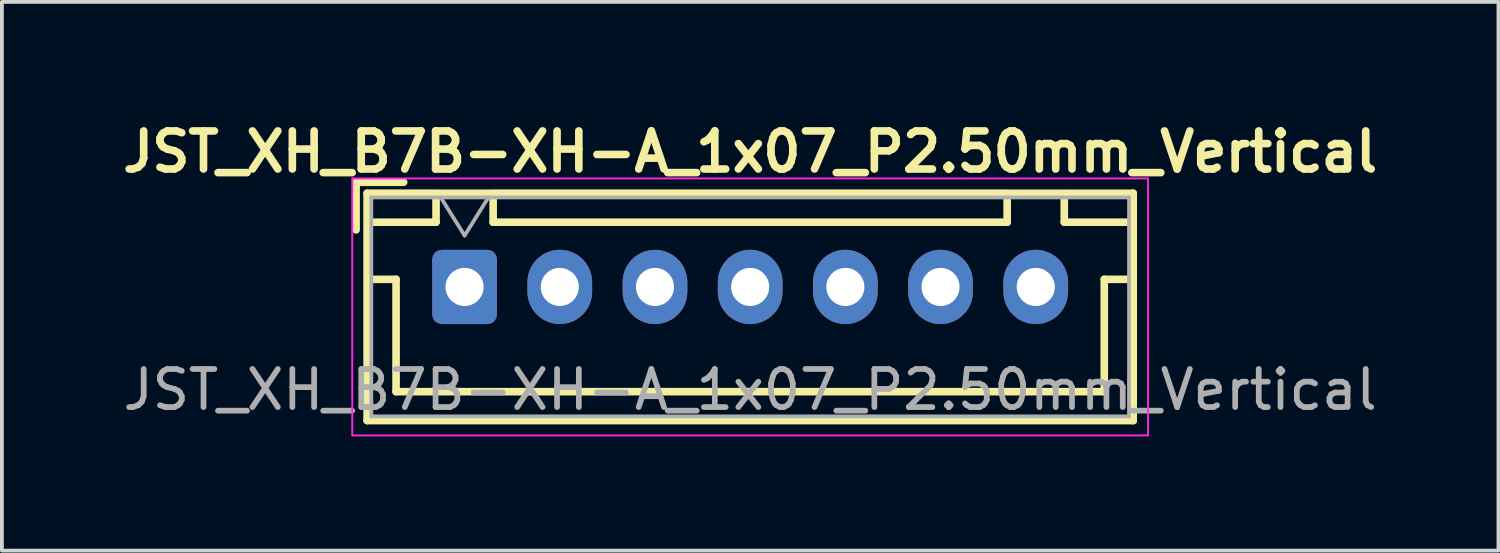
<source format=kicad_pcb>
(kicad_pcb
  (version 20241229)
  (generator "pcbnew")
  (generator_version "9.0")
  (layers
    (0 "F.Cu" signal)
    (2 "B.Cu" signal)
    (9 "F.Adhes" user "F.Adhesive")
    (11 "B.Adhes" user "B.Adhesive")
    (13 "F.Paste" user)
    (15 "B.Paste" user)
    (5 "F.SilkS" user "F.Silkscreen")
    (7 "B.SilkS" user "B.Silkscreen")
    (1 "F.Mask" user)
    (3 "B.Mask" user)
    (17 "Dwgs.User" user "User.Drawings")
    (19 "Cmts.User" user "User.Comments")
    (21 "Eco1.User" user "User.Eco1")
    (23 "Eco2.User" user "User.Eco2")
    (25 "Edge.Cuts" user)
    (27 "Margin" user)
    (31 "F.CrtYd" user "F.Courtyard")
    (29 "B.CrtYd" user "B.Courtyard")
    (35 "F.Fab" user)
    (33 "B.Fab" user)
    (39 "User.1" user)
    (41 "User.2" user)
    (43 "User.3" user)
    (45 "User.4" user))
  (footprint "JST_XH_B7B-XH-A_1x07_P2.50mm_Vertical"
    (layer "F.Cu")
    (at 9.152 4.486)
    (property "Reference" "JST_XH_B7B-XH-A_1x07_P2.50mm_Vertical" (at 7.5 -3.55 0) (layer "F.SilkS") (effects (font (size 1 1) (thickness 0.2))))
    (attr through_hole)
    (fp_line (start -2.85 -2.75) (end -2.85 -1.5) (stroke (width 0.2) (type solid)) (layer "F.SilkS"))
    (fp_line (start -2.56 -2.46) (end -2.56 3.51) (stroke (width 0.2) (type solid)) (layer "F.SilkS"))
    (fp_line (start -2.56 3.51) (end 17.56 3.51) (stroke (width 0.2) (type solid)) (layer "F.SilkS"))
    (fp_line (start -2.55 -2.45) (end -2.55 -1.7) (stroke (width 0.12) (type solid)) (layer "F.SilkS"))
    (fp_line (start -2.55 -1.7) (end -0.75 -1.7) (stroke (width 0.2) (type solid)) (layer "F.SilkS"))
    (fp_line (start -2.55 -0.2) (end -1.8 -0.2) (stroke (width 0.2) (type solid)) (layer "F.SilkS"))
    (fp_line (start -1.8 -0.2) (end -1.8 2.75) (stroke (width 0.2) (type solid)) (layer "F.SilkS"))
    (fp_line (start -1.8 2.75) (end 7.5 2.75) (stroke (width 0.2) (type solid)) (layer "F.SilkS"))
    (fp_line (start -1.6 -2.75) (end -2.85 -2.75) (stroke (width 0.2) (type solid)) (layer "F.SilkS"))
    (fp_line (start -0.75 -2.45) (end -2.55 -2.45) (stroke (width 0.2) (type solid)) (layer "F.SilkS"))
    (fp_line (start -0.75 -1.7) (end -0.75 -2.45) (stroke (width 0.2) (type solid)) (layer "F.SilkS"))
    (fp_line (start 0.75 -2.45) (end 0.75 -1.7) (stroke (width 0.2) (type solid)) (layer "F.SilkS"))
    (fp_line (start 0.75 -1.7) (end 14.25 -1.7) (stroke (width 0.2) (type solid)) (layer "F.SilkS"))
    (fp_line (start 14.25 -2.45) (end 0.75 -2.45) (stroke (width 0.2) (type solid)) (layer "F.SilkS"))
    (fp_line (start 14.25 -1.7) (end 14.25 -2.45) (stroke (width 0.2) (type solid)) (layer "F.SilkS"))
    (fp_line (start 15.75 -2.45) (end 15.75 -1.7) (stroke (width 0.2) (type solid)) (layer "F.SilkS"))
    (fp_line (start 15.75 -1.7) (end 17.55 -1.7) (stroke (width 0.2) (type solid)) (layer "F.SilkS"))
    (fp_line (start 16.8 -0.2) (end 16.8 2.75) (stroke (width 0.2) (type solid)) (layer "F.SilkS"))
    (fp_line (start 16.8 2.75) (end 7.5 2.75) (stroke (width 0.2) (type solid)) (layer "F.SilkS"))
    (fp_line (start 17.55 -2.45) (end 15.75 -2.45) (stroke (width 0.12) (type solid)) (layer "F.SilkS"))
    (fp_line (start 17.55 -1.7) (end 17.55 -2.45) (stroke (width 0.12) (type solid)) (layer "F.SilkS"))
    (fp_line (start 17.55 -0.2) (end 16.8 -0.2) (stroke (width 0.2) (type solid)) (layer "F.SilkS"))
    (fp_line (start 17.56 -2.46) (end -2.56 -2.46) (stroke (width 0.2) (type solid)) (layer "F.SilkS"))
    (fp_line (start 17.56 3.51) (end 17.56 -2.46) (stroke (width 0.2) (type solid)) (layer "F.SilkS"))
    (fp_line (start -2.95 -2.85) (end -2.95 3.9) (stroke (width 0.05) (type solid)) (layer "F.CrtYd"))
    (fp_line (start -2.95 3.9) (end 17.95 3.9) (stroke (width 0.05) (type solid)) (layer "F.CrtYd"))
    (fp_line (start 17.95 -2.85) (end -2.95 -2.85) (stroke (width 0.05) (type solid)) (layer "F.CrtYd"))
    (fp_line (start 17.95 3.9) (end 17.95 -2.85) (stroke (width 0.05) (type solid)) (layer "F.CrtYd"))
    (fp_line (start -2.45 -2.35) (end -2.45 3.4) (stroke (width 0.1) (type solid)) (layer "F.Fab"))
    (fp_line (start -2.45 3.4) (end 17.45 3.4) (stroke (width 0.1) (type solid)) (layer "F.Fab"))
    (fp_line (start -0.625 -2.35) (end 0 -1.35) (stroke (width 0.1) (type solid)) (layer "F.Fab"))
    (fp_line (start 0 -1.35) (end 0.625 -2.35) (stroke (width 0.1) (type solid)) (layer "F.Fab"))
    (fp_line (start 17.45 -2.35) (end -2.45 -2.35) (stroke (width 0.1) (type solid)) (layer "F.Fab"))
    (fp_line (start 17.45 3.4) (end 17.45 -2.35) (stroke (width 0.1) (type solid)) (layer "F.Fab"))
    (fp_text user "${REFERENCE}" (at 7.5 2.7 0) (layer "F.Fab") (effects (font (size 1 1) (thickness 0.15))))
    (pad "1" thru_hole roundrect (at 0 0) (size 1.7 1.95) (drill 1) (layers "*.Cu" "*.Mask") (roundrect_rratio 0.147))
    (pad "2" thru_hole oval (at 2.5 0) (size 1.7 1.95) (drill 1) (layers "*.Cu" "*.Mask"))
    (pad "3" thru_hole oval (at 5 0) (size 1.7 1.95) (drill 1) (layers "*.Cu" "*.Mask"))
    (pad "4" thru_hole oval (at 7.5 0) (size 1.7 1.95) (drill 1) (layers "*.Cu" "*.Mask"))
    (pad "5" thru_hole oval (at 10 0) (size 1.7 1.95) (drill 1) (layers "*.Cu" "*.Mask"))
    (pad "6" thru_hole oval (at 12.5 0) (size 1.7 1.95) (drill 1) (layers "*.Cu" "*.Mask"))
    (pad "7" thru_hole oval (at 15 0) (size 1.7 1.95) (drill 1) (layers "*.Cu" "*.Mask")))
  (gr_rect
    (start -3 -3)
    (end 36.305 11.411)
    (stroke (width 0.1) (type default))
    (fill no)
    (layer "Edge.Cuts")))
</source>
